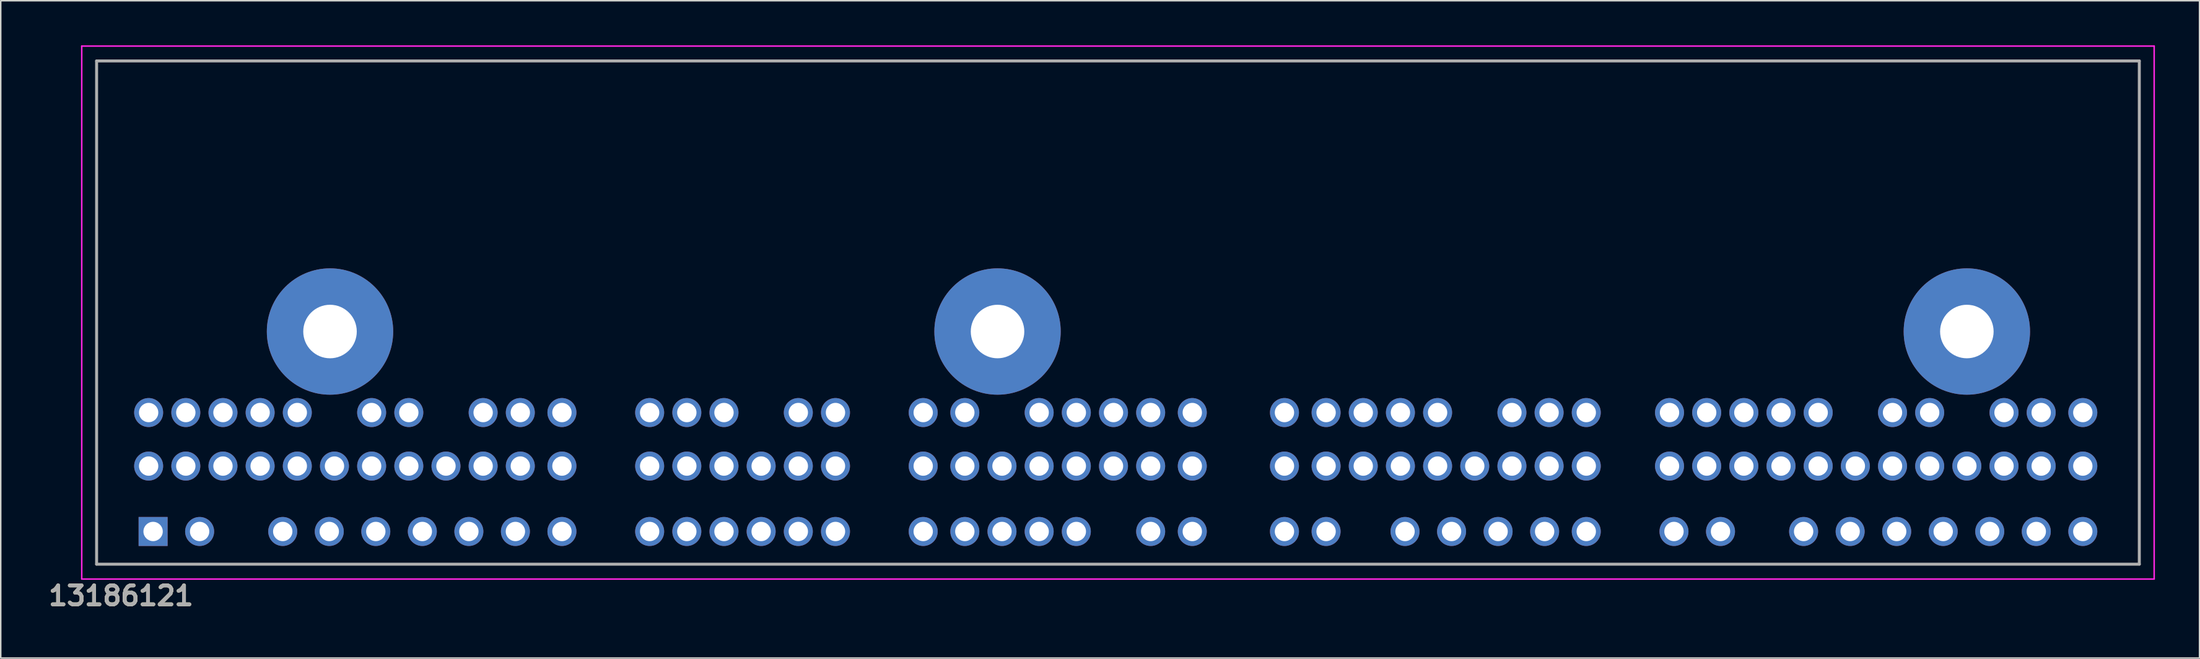
<source format=kicad_pcb>
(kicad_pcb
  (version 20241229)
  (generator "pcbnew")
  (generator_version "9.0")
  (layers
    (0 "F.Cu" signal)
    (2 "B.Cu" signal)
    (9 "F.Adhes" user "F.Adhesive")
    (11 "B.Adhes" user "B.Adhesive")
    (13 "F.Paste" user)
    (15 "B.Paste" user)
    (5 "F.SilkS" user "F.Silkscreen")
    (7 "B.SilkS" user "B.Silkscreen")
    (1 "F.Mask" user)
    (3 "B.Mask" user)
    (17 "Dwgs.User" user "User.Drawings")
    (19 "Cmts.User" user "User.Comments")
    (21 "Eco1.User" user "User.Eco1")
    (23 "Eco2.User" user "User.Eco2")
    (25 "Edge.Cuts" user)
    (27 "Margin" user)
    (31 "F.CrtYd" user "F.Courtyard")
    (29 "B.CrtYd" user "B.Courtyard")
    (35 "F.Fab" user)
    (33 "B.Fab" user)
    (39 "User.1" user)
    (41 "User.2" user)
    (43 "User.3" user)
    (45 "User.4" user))
  (footprint "13186121"
    (layer "F.Cu")
    (at 72.148 17.975)
    (property "Reference" "13186121" (at -67.056 19.05 0) (layer "F.SilkS") (effects (font (size 1.27 1.27) (thickness 0.254))))
    (attr through_hole)
    (fp_line (start -68.7 -16.925) (end 68.7 -16.925) (stroke (width 0.1) (type solid)) (layer "F.SilkS"))
    (fp_line (start -68.7 16.925) (end -68.7 -16.925) (stroke (width 0.1) (type solid)) (layer "F.SilkS"))
    (fp_line (start 68.7 -16.925) (end 68.7 16.925) (stroke (width 0.1) (type solid)) (layer "F.SilkS"))
    (fp_line (start 68.7 16.925) (end -68.7 16.925) (stroke (width 0.1) (type solid)) (layer "F.SilkS"))
    (fp_line (start -69.7 -17.925) (end 69.7 -17.925) (stroke (width 0.1) (type solid)) (layer "F.CrtYd"))
    (fp_line (start -69.7 17.925) (end -69.7 -17.925) (stroke (width 0.1) (type solid)) (layer "F.CrtYd"))
    (fp_line (start 69.7 -17.925) (end 69.7 17.925) (stroke (width 0.1) (type solid)) (layer "F.CrtYd"))
    (fp_line (start 69.7 17.925) (end -69.7 17.925) (stroke (width 0.1) (type solid)) (layer "F.CrtYd"))
    (fp_line (start -68.7 -16.925) (end -68.7 16.925) (stroke (width 0.2) (type solid)) (layer "F.Fab"))
    (fp_line (start -68.7 16.925) (end 68.7 16.925) (stroke (width 0.2) (type solid)) (layer "F.Fab"))
    (fp_line (start 68.7 -16.925) (end -68.7 -16.925) (stroke (width 0.2) (type solid)) (layer "F.Fab"))
    (fp_line (start 68.7 16.925) (end 68.7 -16.925) (stroke (width 0.2) (type solid)) (layer "F.Fab"))
    (fp_text user "${REFERENCE}" (at -67.056 19.05 0) (layer "F.Fab") (effects (font (size 1.27 1.27) (thickness 0.254))))
    (pad "A1" thru_hole circle (at 37.4 14.725 90) (size 1.95 1.95) (drill 1.3) (layers "*.Cu" "*.Mask"))
    (pad "A2" thru_hole circle (at 40.53 14.725 90) (size 1.95 1.95) (drill 1.3) (layers "*.Cu" "*.Mask"))
    (pad "A3" thru_hole circle (at 46.12 14.725 90) (size 1.95 1.95) (drill 1.3) (layers "*.Cu" "*.Mask"))
    (pad "A4" thru_hole circle (at 49.25 14.725 90) (size 1.95 1.95) (drill 1.3) (layers "*.Cu" "*.Mask"))
    (pad "A5" thru_hole circle (at 52.38 14.725 90) (size 1.95 1.95) (drill 1.3) (layers "*.Cu" "*.Mask"))
    (pad "A6" thru_hole circle (at 55.51 14.725 90) (size 1.95 1.95) (drill 1.3) (layers "*.Cu" "*.Mask"))
    (pad "A7" thru_hole circle (at 58.64 14.725 90) (size 1.95 1.95) (drill 1.3) (layers "*.Cu" "*.Mask"))
    (pad "A8" thru_hole circle (at 61.77 14.725 90) (size 1.95 1.95) (drill 1.3) (layers "*.Cu" "*.Mask"))
    (pad "A9" thru_hole circle (at 64.9 14.725 90) (size 1.95 1.95) (drill 1.3) (layers "*.Cu" "*.Mask"))
    (pad "A10" thru_hole circle (at 37.1 10.325 90) (size 1.95 1.95) (drill 1.3) (layers "*.Cu" "*.Mask"))
    (pad "A11" thru_hole circle (at 39.6 10.325 90) (size 1.95 1.95) (drill 1.3) (layers "*.Cu" "*.Mask"))
    (pad "A12" thru_hole circle (at 42.1 10.325 90) (size 1.95 1.95) (drill 1.3) (layers "*.Cu" "*.Mask"))
    (pad "A13" thru_hole circle (at 44.6 10.325 90) (size 1.95 1.95) (drill 1.3) (layers "*.Cu" "*.Mask"))
    (pad "A14" thru_hole circle (at 47.1 10.325 90) (size 1.95 1.95) (drill 1.3) (layers "*.Cu" "*.Mask"))
    (pad "A15" thru_hole circle (at 49.6 10.325 90) (size 1.95 1.95) (drill 1.3) (layers "*.Cu" "*.Mask"))
    (pad "A16" thru_hole circle (at 52.1 10.325 90) (size 1.95 1.95) (drill 1.3) (layers "*.Cu" "*.Mask"))
    (pad "A17" thru_hole circle (at 54.6 10.325 90) (size 1.95 1.95) (drill 1.3) (layers "*.Cu" "*.Mask"))
    (pad "A18" thru_hole circle (at 57.1 10.325 90) (size 1.95 1.95) (drill 1.3) (layers "*.Cu" "*.Mask"))
    (pad "A19" thru_hole circle (at 59.6 10.325 90) (size 1.95 1.95) (drill 1.3) (layers "*.Cu" "*.Mask"))
    (pad "A20" thru_hole circle (at 62.1 10.325 90) (size 1.95 1.95) (drill 1.3) (layers "*.Cu" "*.Mask"))
    (pad "A21" thru_hole circle (at 64.9 10.325 90) (size 1.95 1.95) (drill 1.3) (layers "*.Cu" "*.Mask"))
    (pad "A22" thru_hole circle (at 37.1 6.725 90) (size 1.95 1.95) (drill 1.3) (layers "*.Cu" "*.Mask"))
    (pad "A23" thru_hole circle (at 39.6 6.725 90) (size 1.95 1.95) (drill 1.3) (layers "*.Cu" "*.Mask"))
    (pad "A24" thru_hole circle (at 42.1 6.725 90) (size 1.95 1.95) (drill 1.3) (layers "*.Cu" "*.Mask"))
    (pad "A25" thru_hole circle (at 44.6 6.725 90) (size 1.95 1.95) (drill 1.3) (layers "*.Cu" "*.Mask"))
    (pad "A26" thru_hole circle (at 47.1 6.725 90) (size 1.95 1.95) (drill 1.3) (layers "*.Cu" "*.Mask"))
    (pad "A27" thru_hole circle (at 52.1 6.725 90) (size 1.95 1.95) (drill 1.3) (layers "*.Cu" "*.Mask"))
    (pad "A28" thru_hole circle (at 54.6 6.725 90) (size 1.95 1.95) (drill 1.3) (layers "*.Cu" "*.Mask"))
    (pad "A29" thru_hole circle (at 59.6 6.725 90) (size 1.95 1.95) (drill 1.3) (layers "*.Cu" "*.Mask"))
    (pad "A30" thru_hole circle (at 62.1 6.725 90) (size 1.95 1.95) (drill 1.3) (layers "*.Cu" "*.Mask"))
    (pad "A31" thru_hole circle (at 64.9 6.725 90) (size 1.95 1.95) (drill 1.3) (layers "*.Cu" "*.Mask"))
    (pad "B1" thru_hole circle (at 11.2 14.725 90) (size 1.95 1.95) (drill 1.3) (layers "*.Cu" "*.Mask"))
    (pad "B2" thru_hole circle (at 14 14.725 90) (size 1.95 1.95) (drill 1.3) (layers "*.Cu" "*.Mask"))
    (pad "B3" thru_hole circle (at 19.31 14.725 90) (size 1.95 1.95) (drill 1.3) (layers "*.Cu" "*.Mask"))
    (pad "B4" thru_hole circle (at 22.44 14.725 90) (size 1.95 1.95) (drill 1.3) (layers "*.Cu" "*.Mask"))
    (pad "B5" thru_hole circle (at 25.57 14.725 90) (size 1.95 1.95) (drill 1.3) (layers "*.Cu" "*.Mask"))
    (pad "B6" thru_hole circle (at 28.7 14.725 90) (size 1.95 1.95) (drill 1.3) (layers "*.Cu" "*.Mask"))
    (pad "B7" thru_hole circle (at 31.5 14.725 90) (size 1.95 1.95) (drill 1.3) (layers "*.Cu" "*.Mask"))
    (pad "B8" thru_hole circle (at 11.2 10.325 90) (size 1.95 1.95) (drill 1.3) (layers "*.Cu" "*.Mask"))
    (pad "B9" thru_hole circle (at 14 10.325 90) (size 1.95 1.95) (drill 1.3) (layers "*.Cu" "*.Mask"))
    (pad "B10" thru_hole circle (at 16.5 10.325 90) (size 1.95 1.95) (drill 1.3) (layers "*.Cu" "*.Mask"))
    (pad "B11" thru_hole circle (at 19 10.325 90) (size 1.95 1.95) (drill 1.3) (layers "*.Cu" "*.Mask"))
    (pad "B12" thru_hole circle (at 21.5 10.325 90) (size 1.95 1.95) (drill 1.3) (layers "*.Cu" "*.Mask"))
    (pad "B13" thru_hole circle (at 24 10.325 90) (size 1.95 1.95) (drill 1.3) (layers "*.Cu" "*.Mask"))
    (pad "B14" thru_hole circle (at 26.5 10.325 90) (size 1.95 1.95) (drill 1.3) (layers "*.Cu" "*.Mask"))
    (pad "B15" thru_hole circle (at 29 10.325 90) (size 1.95 1.95) (drill 1.3) (layers "*.Cu" "*.Mask"))
    (pad "B16" thru_hole circle (at 31.5 10.325 90) (size 1.95 1.95) (drill 1.3) (layers "*.Cu" "*.Mask"))
    (pad "B17" thru_hole circle (at 11.2 6.725 90) (size 1.95 1.95) (drill 1.3) (layers "*.Cu" "*.Mask"))
    (pad "B18" thru_hole circle (at 14 6.725 90) (size 1.95 1.95) (drill 1.3) (layers "*.Cu" "*.Mask"))
    (pad "B19" thru_hole circle (at 16.5 6.725 90) (size 1.95 1.95) (drill 1.3) (layers "*.Cu" "*.Mask"))
    (pad "B20" thru_hole circle (at 19 6.725 90) (size 1.95 1.95) (drill 1.3) (layers "*.Cu" "*.Mask"))
    (pad "B21" thru_hole circle (at 21.5 6.725 90) (size 1.95 1.95) (drill 1.3) (layers "*.Cu" "*.Mask"))
    (pad "B22" thru_hole circle (at 26.5 6.725 90) (size 1.95 1.95) (drill 1.3) (layers "*.Cu" "*.Mask"))
    (pad "B23" thru_hole circle (at 29 6.725 90) (size 1.95 1.95) (drill 1.3) (layers "*.Cu" "*.Mask"))
    (pad "B24" thru_hole circle (at 31.5 6.725 90) (size 1.95 1.95) (drill 1.3) (layers "*.Cu" "*.Mask"))
    (pad "C1" thru_hole circle (at -13.1 14.725 90) (size 1.95 1.95) (drill 1.3) (layers "*.Cu" "*.Mask"))
    (pad "C2" thru_hole circle (at -10.3 14.725 90) (size 1.95 1.95) (drill 1.3) (layers "*.Cu" "*.Mask"))
    (pad "C3" thru_hole circle (at -7.8 14.725 90) (size 1.95 1.95) (drill 1.3) (layers "*.Cu" "*.Mask"))
    (pad "C4" thru_hole circle (at -5.3 14.725 90) (size 1.95 1.95) (drill 1.3) (layers "*.Cu" "*.Mask"))
    (pad "C5" thru_hole circle (at -2.8 14.725 90) (size 1.95 1.95) (drill 1.3) (layers "*.Cu" "*.Mask"))
    (pad "C6" thru_hole circle (at 2.2 14.725 90) (size 1.95 1.95) (drill 1.3) (layers "*.Cu" "*.Mask"))
    (pad "C7" thru_hole circle (at 5 14.725 90) (size 1.95 1.95) (drill 1.3) (layers "*.Cu" "*.Mask"))
    (pad "C8" thru_hole circle (at -13.1 10.325 90) (size 1.95 1.95) (drill 1.3) (layers "*.Cu" "*.Mask"))
    (pad "C9" thru_hole circle (at -10.3 10.325 90) (size 1.95 1.95) (drill 1.3) (layers "*.Cu" "*.Mask"))
    (pad "C10" thru_hole circle (at -7.8 10.325 90) (size 1.95 1.95) (drill 1.3) (layers "*.Cu" "*.Mask"))
    (pad "C11" thru_hole circle (at -5.3 10.325 90) (size 1.95 1.95) (drill 1.3) (layers "*.Cu" "*.Mask"))
    (pad "C12" thru_hole circle (at -2.8 10.325 90) (size 1.95 1.95) (drill 1.3) (layers "*.Cu" "*.Mask"))
    (pad "C13" thru_hole circle (at -0.3 10.325 90) (size 1.95 1.95) (drill 1.3) (layers "*.Cu" "*.Mask"))
    (pad "C14" thru_hole circle (at 2.2 10.325 90) (size 1.95 1.95) (drill 1.3) (layers "*.Cu" "*.Mask"))
    (pad "C15" thru_hole circle (at 5 10.325 90) (size 1.95 1.95) (drill 1.3) (layers "*.Cu" "*.Mask"))
    (pad "C16" thru_hole circle (at -13.1 6.725 90) (size 1.95 1.95) (drill 1.3) (layers "*.Cu" "*.Mask"))
    (pad "C17" thru_hole circle (at -10.3 6.725 90) (size 1.95 1.95) (drill 1.3) (layers "*.Cu" "*.Mask"))
    (pad "C18" thru_hole circle (at -5.3 6.725 90) (size 1.95 1.95) (drill 1.3) (layers "*.Cu" "*.Mask"))
    (pad "C19" thru_hole circle (at -2.8 6.725 90) (size 1.95 1.95) (drill 1.3) (layers "*.Cu" "*.Mask"))
    (pad "C20" thru_hole circle (at -0.3 6.725 90) (size 1.95 1.95) (drill 1.3) (layers "*.Cu" "*.Mask"))
    (pad "C21" thru_hole circle (at 2.2 6.725 90) (size 1.95 1.95) (drill 1.3) (layers "*.Cu" "*.Mask"))
    (pad "C22" thru_hole circle (at 5 6.725 90) (size 1.95 1.95) (drill 1.3) (layers "*.Cu" "*.Mask"))
    (pad "D1" thru_hole circle (at -31.5 14.725 90) (size 1.95 1.95) (drill 1.3) (layers "*.Cu" "*.Mask"))
    (pad "D2" thru_hole circle (at -29 14.725 90) (size 1.95 1.95) (drill 1.3) (layers "*.Cu" "*.Mask"))
    (pad "D3" thru_hole circle (at -26.5 14.725 90) (size 1.95 1.95) (drill 1.3) (layers "*.Cu" "*.Mask"))
    (pad "D4" thru_hole circle (at -24 14.725 90) (size 1.95 1.95) (drill 1.3) (layers "*.Cu" "*.Mask"))
    (pad "D5" thru_hole circle (at -21.5 14.725 90) (size 1.95 1.95) (drill 1.3) (layers "*.Cu" "*.Mask"))
    (pad "D6" thru_hole circle (at -19 14.725 90) (size 1.95 1.95) (drill 1.3) (layers "*.Cu" "*.Mask"))
    (pad "D7" thru_hole circle (at -31.5 10.325 90) (size 1.95 1.95) (drill 1.3) (layers "*.Cu" "*.Mask"))
    (pad "D8" thru_hole circle (at -29 10.325 90) (size 1.95 1.95) (drill 1.3) (layers "*.Cu" "*.Mask"))
    (pad "D9" thru_hole circle (at -26.5 10.325 90) (size 1.95 1.95) (drill 1.3) (layers "*.Cu" "*.Mask"))
    (pad "D10" thru_hole circle (at -24 10.325 90) (size 1.95 1.95) (drill 1.3) (layers "*.Cu" "*.Mask"))
    (pad "D11" thru_hole circle (at -21.5 10.325 90) (size 1.95 1.95) (drill 1.3) (layers "*.Cu" "*.Mask"))
    (pad "D12" thru_hole circle (at -19 10.325 90) (size 1.95 1.95) (drill 1.3) (layers "*.Cu" "*.Mask"))
    (pad "D13" thru_hole circle (at -31.5 6.725 90) (size 1.95 1.95) (drill 1.3) (layers "*.Cu" "*.Mask"))
    (pad "D14" thru_hole circle (at -29 6.725 90) (size 1.95 1.95) (drill 1.3) (layers "*.Cu" "*.Mask"))
    (pad "D15" thru_hole circle (at -26.5 6.725 90) (size 1.95 1.95) (drill 1.3) (layers "*.Cu" "*.Mask"))
    (pad "D16" thru_hole circle (at -21.5 6.725 90) (size 1.95 1.95) (drill 1.3) (layers "*.Cu" "*.Mask"))
    (pad "D17" thru_hole circle (at -19 6.725 90) (size 1.95 1.95) (drill 1.3) (layers "*.Cu" "*.Mask"))
    (pad "E1" thru_hole rect (at -64.9 14.725 90) (size 1.95 1.95) (drill 1.3) (layers "*.Cu" "*.Mask"))
    (pad "E2" thru_hole circle (at -61.77 14.725 90) (size 1.95 1.95) (drill 1.3) (layers "*.Cu" "*.Mask"))
    (pad "E3" thru_hole circle (at -56.18 14.725 90) (size 1.95 1.95) (drill 1.3) (layers "*.Cu" "*.Mask"))
    (pad "E4" thru_hole circle (at -53.05 14.725 90) (size 1.95 1.95) (drill 1.3) (layers "*.Cu" "*.Mask"))
    (pad "E5" thru_hole circle (at -49.92 14.725 90) (size 1.95 1.95) (drill 1.3) (layers "*.Cu" "*.Mask"))
    (pad "E6" thru_hole circle (at -46.79 14.725 90) (size 1.95 1.95) (drill 1.3) (layers "*.Cu" "*.Mask"))
    (pad "E7" thru_hole circle (at -43.66 14.725 90) (size 1.95 1.95) (drill 1.3) (layers "*.Cu" "*.Mask"))
    (pad "E8" thru_hole circle (at -40.53 14.725 90) (size 1.95 1.95) (drill 1.3) (layers "*.Cu" "*.Mask"))
    (pad "E9" thru_hole circle (at -37.4 14.725 90) (size 1.95 1.95) (drill 1.3) (layers "*.Cu" "*.Mask"))
    (pad "E10" thru_hole circle (at -65.2 10.325 90) (size 1.95 1.95) (drill 1.3) (layers "*.Cu" "*.Mask"))
    (pad "E11" thru_hole circle (at -62.7 10.325 90) (size 1.95 1.95) (drill 1.3) (layers "*.Cu" "*.Mask"))
    (pad "E12" thru_hole circle (at -60.2 10.325 90) (size 1.95 1.95) (drill 1.3) (layers "*.Cu" "*.Mask"))
    (pad "E13" thru_hole circle (at -57.7 10.325 90) (size 1.95 1.95) (drill 1.3) (layers "*.Cu" "*.Mask"))
    (pad "E14" thru_hole circle (at -55.2 10.325 90) (size 1.95 1.95) (drill 1.3) (layers "*.Cu" "*.Mask"))
    (pad "E15" thru_hole circle (at -52.7 10.325 90) (size 1.95 1.95) (drill 1.3) (layers "*.Cu" "*.Mask"))
    (pad "E16" thru_hole circle (at -50.2 10.325 90) (size 1.95 1.95) (drill 1.3) (layers "*.Cu" "*.Mask"))
    (pad "E17" thru_hole circle (at -47.7 10.325 90) (size 1.95 1.95) (drill 1.3) (layers "*.Cu" "*.Mask"))
    (pad "E18" thru_hole circle (at -45.2 10.325 90) (size 1.95 1.95) (drill 1.3) (layers "*.Cu" "*.Mask"))
    (pad "E19" thru_hole circle (at -42.7 10.325 90) (size 1.95 1.95) (drill 1.3) (layers "*.Cu" "*.Mask"))
    (pad "E20" thru_hole circle (at -40.2 10.325 90) (size 1.95 1.95) (drill 1.3) (layers "*.Cu" "*.Mask"))
    (pad "E21" thru_hole circle (at -37.4 10.325 90) (size 1.95 1.95) (drill 1.3) (layers "*.Cu" "*.Mask"))
    (pad "E22" thru_hole circle (at -65.2 6.725 90) (size 1.95 1.95) (drill 1.3) (layers "*.Cu" "*.Mask"))
    (pad "E23" thru_hole circle (at -62.7 6.725 90) (size 1.95 1.95) (drill 1.3) (layers "*.Cu" "*.Mask"))
    (pad "E24" thru_hole circle (at -60.2 6.725 90) (size 1.95 1.95) (drill 1.3) (layers "*.Cu" "*.Mask"))
    (pad "E25" thru_hole circle (at -57.7 6.725 90) (size 1.95 1.95) (drill 1.3) (layers "*.Cu" "*.Mask"))
    (pad "E26" thru_hole circle (at -55.2 6.725 90) (size 1.95 1.95) (drill 1.3) (layers "*.Cu" "*.Mask"))
    (pad "E27" thru_hole circle (at -50.2 6.725 90) (size 1.95 1.95) (drill 1.3) (layers "*.Cu" "*.Mask"))
    (pad "E28" thru_hole circle (at -47.7 6.725 90) (size 1.95 1.95) (drill 1.3) (layers "*.Cu" "*.Mask"))
    (pad "E29" thru_hole circle (at -42.7 6.725 90) (size 1.95 1.95) (drill 1.3) (layers "*.Cu" "*.Mask"))
    (pad "E30" thru_hole circle (at -40.2 6.725 90) (size 1.95 1.95) (drill 1.3) (layers "*.Cu" "*.Mask"))
    (pad "E31" thru_hole circle (at -37.4 6.725 90) (size 1.95 1.95) (drill 1.3) (layers "*.Cu" "*.Mask"))
    (pad "MH1" thru_hole circle (at -53 1.275 90) (size 8.5 8.5) (drill 3.6) (layers "*.Cu" "*.Mask"))
    (pad "MH2" thru_hole circle (at -8.1 1.275 90) (size 8.5 8.5) (drill 3.6) (layers "*.Cu" "*.Mask"))
    (pad "MH3" thru_hole circle (at 57.1 1.275 90) (size 8.5 8.5) (drill 3.6) (layers "*.Cu" "*.Mask")))
  (gr_rect
    (start -3 -3)
    (end 144.898 41.214)
    (stroke (width 0.1) (type default))
    (fill no)
    (layer "Edge.Cuts")))
</source>
